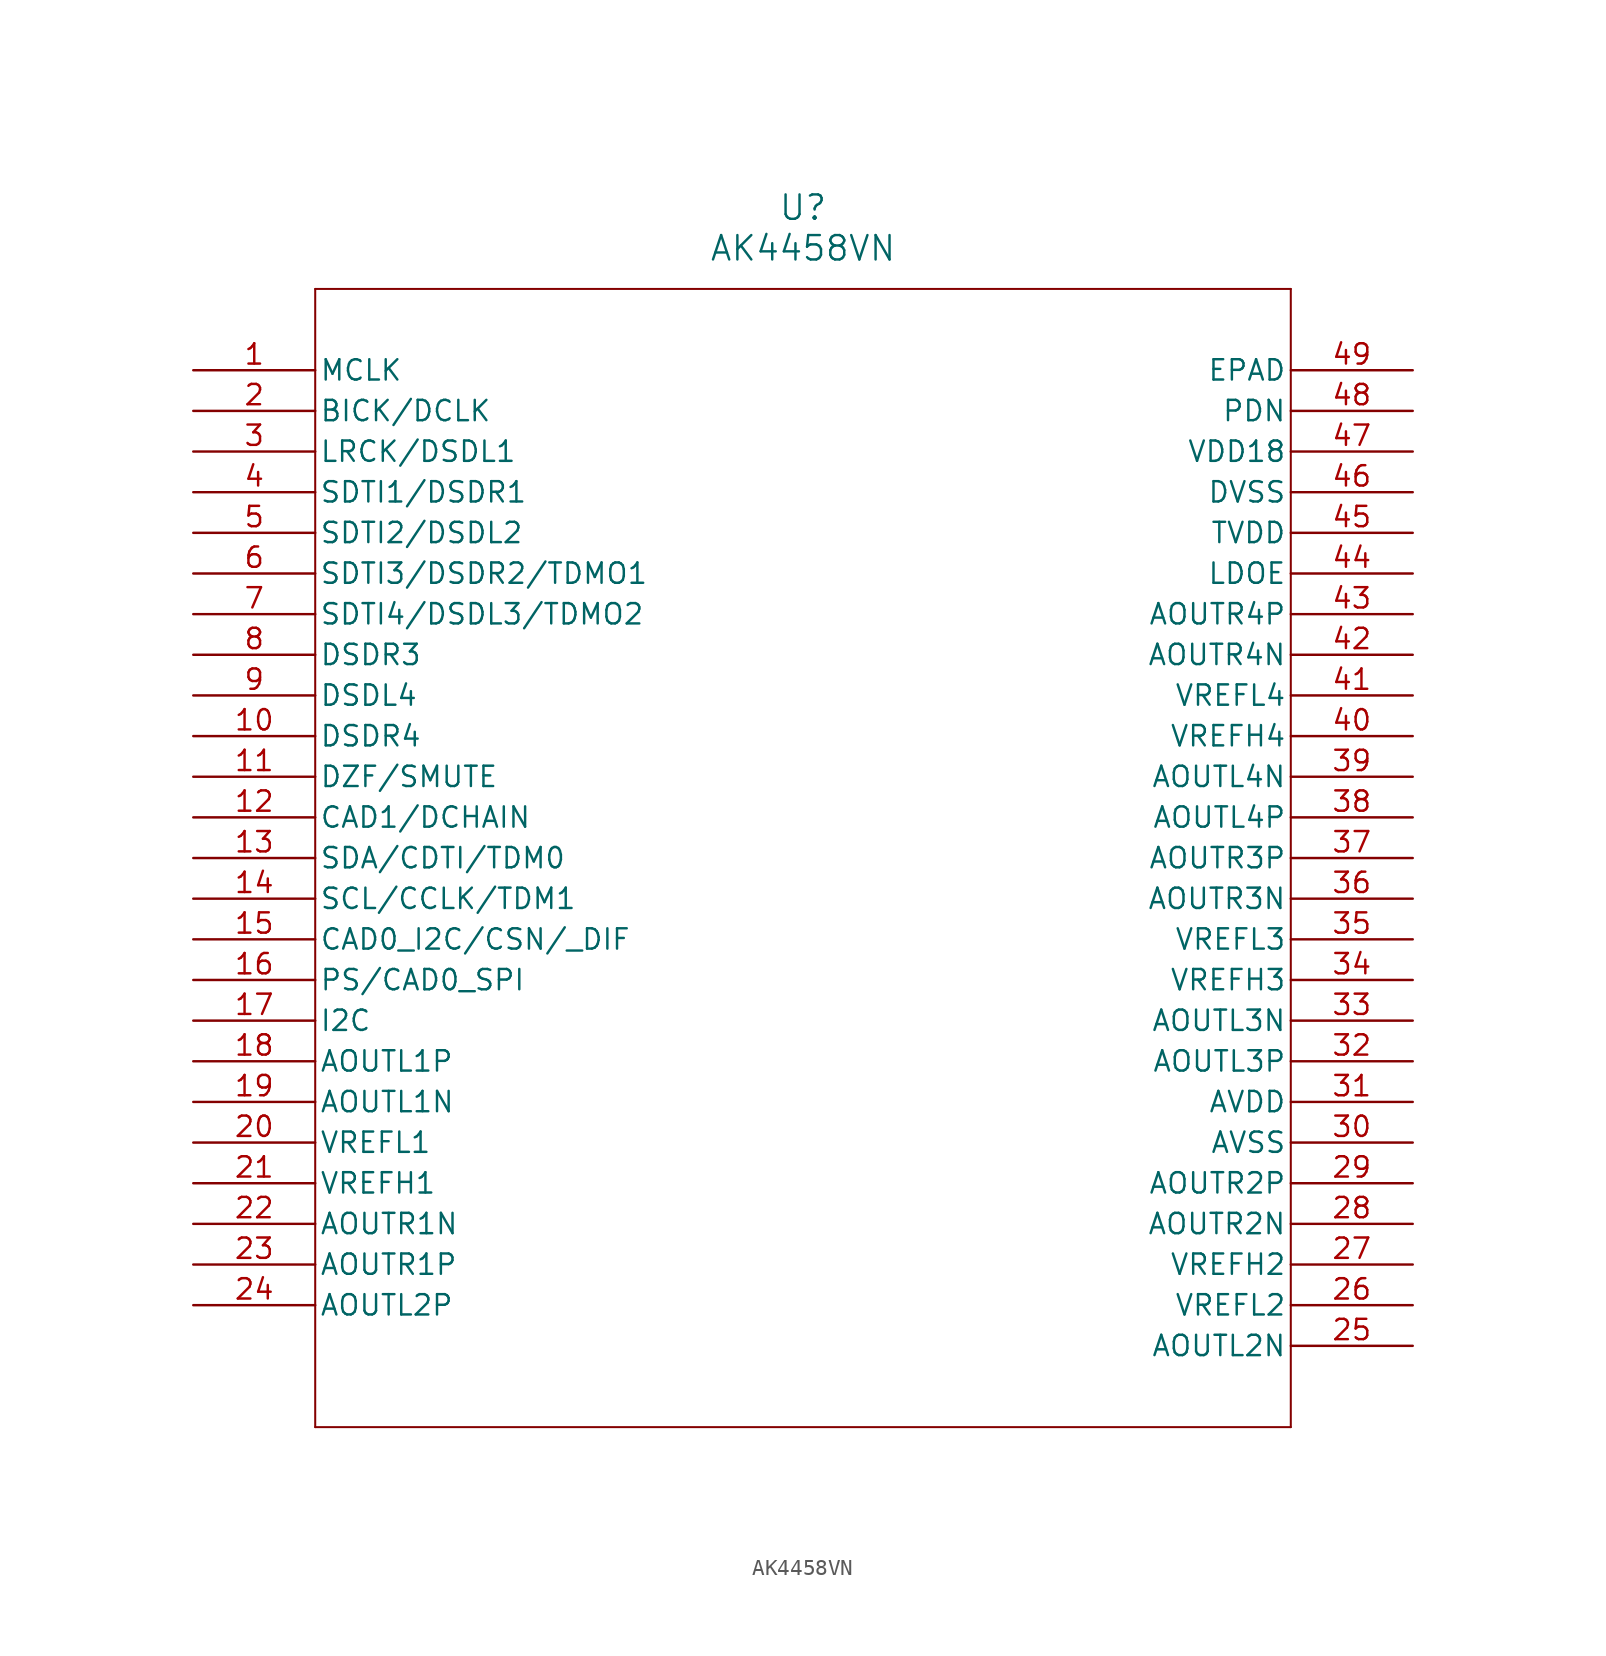
<source format=kicad_sym>
(kicad_symbol_lib
  (version 20211014)
  (generator kicad_symbol_editor)
  (symbol "AK4458VN"
    (pin_names
      (offset 0.254))
    (property "Reference" "U"
      (at 38.1 10.16 0)
      (effects (font (size 1.524 1.524))))
    (property "Value" "AK4458VN"
      (at 38.1 7.62 0)
      (effects (font (size 1.524 1.524))))
    (symbol "AK4458VN_0_1"
      (polyline (pts (xy 7.62 5.08) (xy 7.62 -66.04)) (stroke (width 0.127) (type default) (color 0 0 0 0)) (fill (type none)))
      (polyline (pts (xy 7.62 -66.04) (xy 68.58 -66.04)) (stroke (width 0.127) (type default) (color 0 0 0 0)) (fill (type none)))
      (polyline (pts (xy 68.58 -66.04) (xy 68.58 5.08)) (stroke (width 0.127) (type default) (color 0 0 0 0)) (fill (type none)))
      (polyline (pts (xy 68.58 5.08) (xy 7.62 5.08)) (stroke (width 0.127) (type default) (color 0 0 0 0)) (fill (type none)))
      (pin input line (at 0 0 0) (length 7.62) (name "MCLK" (effects (font (size 1.27 1.27)))) (number "1" (effects (font (size 1.27 1.27)))))
      (pin input line (at 0 -2.54 0) (length 7.62) (name "BICK/DCLK" (effects (font (size 1.27 1.27)))) (number "2" (effects (font (size 1.27 1.27)))))
      (pin input line (at 0 -5.08 0) (length 7.62) (name "LRCK/DSDL1" (effects (font (size 1.27 1.27)))) (number "3" (effects (font (size 1.27 1.27)))))
      (pin input line (at 0 -7.62 0) (length 7.62) (name "SDTI1/DSDR1" (effects (font (size 1.27 1.27)))) (number "4" (effects (font (size 1.27 1.27)))))
      (pin input line (at 0 -10.16 0) (length 7.62) (name "SDTI2/DSDL2" (effects (font (size 1.27 1.27)))) (number "5" (effects (font (size 1.27 1.27)))))
      (pin bidirectional line (at 0 -12.7 0) (length 7.62) (name "SDTI3/DSDR2/TDMO1" (effects (font (size 1.27 1.27)))) (number "6" (effects (font (size 1.27 1.27)))))
      (pin bidirectional line (at 0 -15.24 0) (length 7.62) (name "SDTI4/DSDL3/TDMO2" (effects (font (size 1.27 1.27)))) (number "7" (effects (font (size 1.27 1.27)))))
      (pin input line (at 0 -17.78 0) (length 7.62) (name "DSDR3" (effects (font (size 1.27 1.27)))) (number "8" (effects (font (size 1.27 1.27)))))
      (pin input line (at 0 -20.32 0) (length 7.62) (name "DSDL4" (effects (font (size 1.27 1.27)))) (number "9" (effects (font (size 1.27 1.27)))))
      (pin input line (at 0 -22.86 0) (length 7.62) (name "DSDR4" (effects (font (size 1.27 1.27)))) (number "10" (effects (font (size 1.27 1.27)))))
      (pin bidirectional line (at 0 -25.4 0) (length 7.62) (name "DZF/SMUTE" (effects (font (size 1.27 1.27)))) (number "11" (effects (font (size 1.27 1.27)))))
      (pin input line (at 0 -27.94 0) (length 7.62) (name "CAD1/DCHAIN" (effects (font (size 1.27 1.27)))) (number "12" (effects (font (size 1.27 1.27)))))
      (pin bidirectional line (at 0 -30.48 0) (length 7.62) (name "SDA/CDTI/TDM0" (effects (font (size 1.27 1.27)))) (number "13" (effects (font (size 1.27 1.27)))))
      (pin input line (at 0 -33.02 0) (length 7.62) (name "SCL/CCLK/TDM1" (effects (font (size 1.27 1.27)))) (number "14" (effects (font (size 1.27 1.27)))))
      (pin input line (at 0 -35.56 0) (length 7.62) (name "CAD0_I2C/CSN/ DIF" (effects (font (size 1.27 1.27)))) (number "15" (effects (font (size 1.27 1.27)))))
      (pin input line (at 0 -38.1 0) (length 7.62) (name "PS/CAD0_SPI" (effects (font (size 1.27 1.27)))) (number "16" (effects (font (size 1.27 1.27)))))
      (pin input line (at 0 -40.64 0) (length 7.62) (name "I2C" (effects (font (size 1.27 1.27)))) (number "17" (effects (font (size 1.27 1.27)))))
      (pin output line (at 0 -43.18 0) (length 7.62) (name "AOUTL1P" (effects (font (size 1.27 1.27)))) (number "18" (effects (font (size 1.27 1.27)))))
      (pin output line (at 0 -45.72 0) (length 7.62) (name "AOUTL1N" (effects (font (size 1.27 1.27)))) (number "19" (effects (font (size 1.27 1.27)))))
      (pin input line (at 0 -48.26 0) (length 7.62) (name "VREFL1" (effects (font (size 1.27 1.27)))) (number "20" (effects (font (size 1.27 1.27)))))
      (pin input line (at 0 -50.8 0) (length 7.62) (name "VREFH1" (effects (font (size 1.27 1.27)))) (number "21" (effects (font (size 1.27 1.27)))))
      (pin output line (at 0 -53.34 0) (length 7.62) (name "AOUTR1N" (effects (font (size 1.27 1.27)))) (number "22" (effects (font (size 1.27 1.27)))))
      (pin output line (at 0 -55.88 0) (length 7.62) (name "AOUTR1P" (effects (font (size 1.27 1.27)))) (number "23" (effects (font (size 1.27 1.27)))))
      (pin output line (at 0 -58.42 0) (length 7.62) (name "AOUTL2P" (effects (font (size 1.27 1.27)))) (number "24" (effects (font (size 1.27 1.27)))))
      (pin output line (at 76.2 -60.96 180) (length 7.62) (name "AOUTL2N" (effects (font (size 1.27 1.27)))) (number "25" (effects (font (size 1.27 1.27)))))
      (pin input line (at 76.2 -58.42 180) (length 7.62) (name "VREFL2" (effects (font (size 1.27 1.27)))) (number "26" (effects (font (size 1.27 1.27)))))
      (pin input line (at 76.2 -55.88 180) (length 7.62) (name "VREFH2" (effects (font (size 1.27 1.27)))) (number "27" (effects (font (size 1.27 1.27)))))
      (pin output line (at 76.2 -53.34 180) (length 7.62) (name "AOUTR2N" (effects (font (size 1.27 1.27)))) (number "28" (effects (font (size 1.27 1.27)))))
      (pin output line (at 76.2 -50.8 180) (length 7.62) (name "AOUTR2P" (effects (font (size 1.27 1.27)))) (number "29" (effects (font (size 1.27 1.27)))))
      (pin power_out line (at 76.2 -48.26 180) (length 7.62) (name "AVSS" (effects (font (size 1.27 1.27)))) (number "30" (effects (font (size 1.27 1.27)))))
      (pin power_in line (at 76.2 -45.72 180) (length 7.62) (name "AVDD" (effects (font (size 1.27 1.27)))) (number "31" (effects (font (size 1.27 1.27)))))
      (pin output line (at 76.2 -43.18 180) (length 7.62) (name "AOUTL3P" (effects (font (size 1.27 1.27)))) (number "32" (effects (font (size 1.27 1.27)))))
      (pin output line (at 76.2 -40.64 180) (length 7.62) (name "AOUTL3N" (effects (font (size 1.27 1.27)))) (number "33" (effects (font (size 1.27 1.27)))))
      (pin input line (at 76.2 -38.1 180) (length 7.62) (name "VREFH3" (effects (font (size 1.27 1.27)))) (number "34" (effects (font (size 1.27 1.27)))))
      (pin input line (at 76.2 -35.56 180) (length 7.62) (name "VREFL3" (effects (font (size 1.27 1.27)))) (number "35" (effects (font (size 1.27 1.27)))))
      (pin output line (at 76.2 -33.02 180) (length 7.62) (name "AOUTR3N" (effects (font (size 1.27 1.27)))) (number "36" (effects (font (size 1.27 1.27)))))
      (pin output line (at 76.2 -30.48 180) (length 7.62) (name "AOUTR3P" (effects (font (size 1.27 1.27)))) (number "37" (effects (font (size 1.27 1.27)))))
      (pin output line (at 76.2 -27.94 180) (length 7.62) (name "AOUTL4P" (effects (font (size 1.27 1.27)))) (number "38" (effects (font (size 1.27 1.27)))))
      (pin output line (at 76.2 -25.4 180) (length 7.62) (name "AOUTL4N" (effects (font (size 1.27 1.27)))) (number "39" (effects (font (size 1.27 1.27)))))
      (pin input line (at 76.2 -22.86 180) (length 7.62) (name "VREFH4" (effects (font (size 1.27 1.27)))) (number "40" (effects (font (size 1.27 1.27)))))
      (pin input line (at 76.2 -20.32 180) (length 7.62) (name "VREFL4" (effects (font (size 1.27 1.27)))) (number "41" (effects (font (size 1.27 1.27)))))
      (pin output line (at 76.2 -17.78 180) (length 7.62) (name "AOUTR4N" (effects (font (size 1.27 1.27)))) (number "42" (effects (font (size 1.27 1.27)))))
      (pin output line (at 76.2 -15.24 180) (length 7.62) (name "AOUTR4P" (effects (font (size 1.27 1.27)))) (number "43" (effects (font (size 1.27 1.27)))))
      (pin input line (at 76.2 -12.7 180) (length 7.62) (name "LDOE" (effects (font (size 1.27 1.27)))) (number "44" (effects (font (size 1.27 1.27)))))
      (pin power_in line (at 76.2 -10.16 180) (length 7.62) (name "TVDD" (effects (font (size 1.27 1.27)))) (number "45" (effects (font (size 1.27 1.27)))))
      (pin power_out line (at 76.2 -7.62 180) (length 7.62) (name "DVSS" (effects (font (size 1.27 1.27)))) (number "46" (effects (font (size 1.27 1.27)))))
      (pin power_in line (at 76.2 -5.08 180) (length 7.62) (name "VDD18" (effects (font (size 1.27 1.27)))) (number "47" (effects (font (size 1.27 1.27)))))
      (pin input line (at 76.2 -2.54 180) (length 7.62) (name "PDN" (effects (font (size 1.27 1.27)))) (number "48" (effects (font (size 1.27 1.27)))))
      (pin unspecified line (at 76.2 0 180) (length 7.62) (name "EPAD" (effects (font (size 1.27 1.27)))) (number "49" (effects (font (size 1.27 1.27))))))))
</source>
